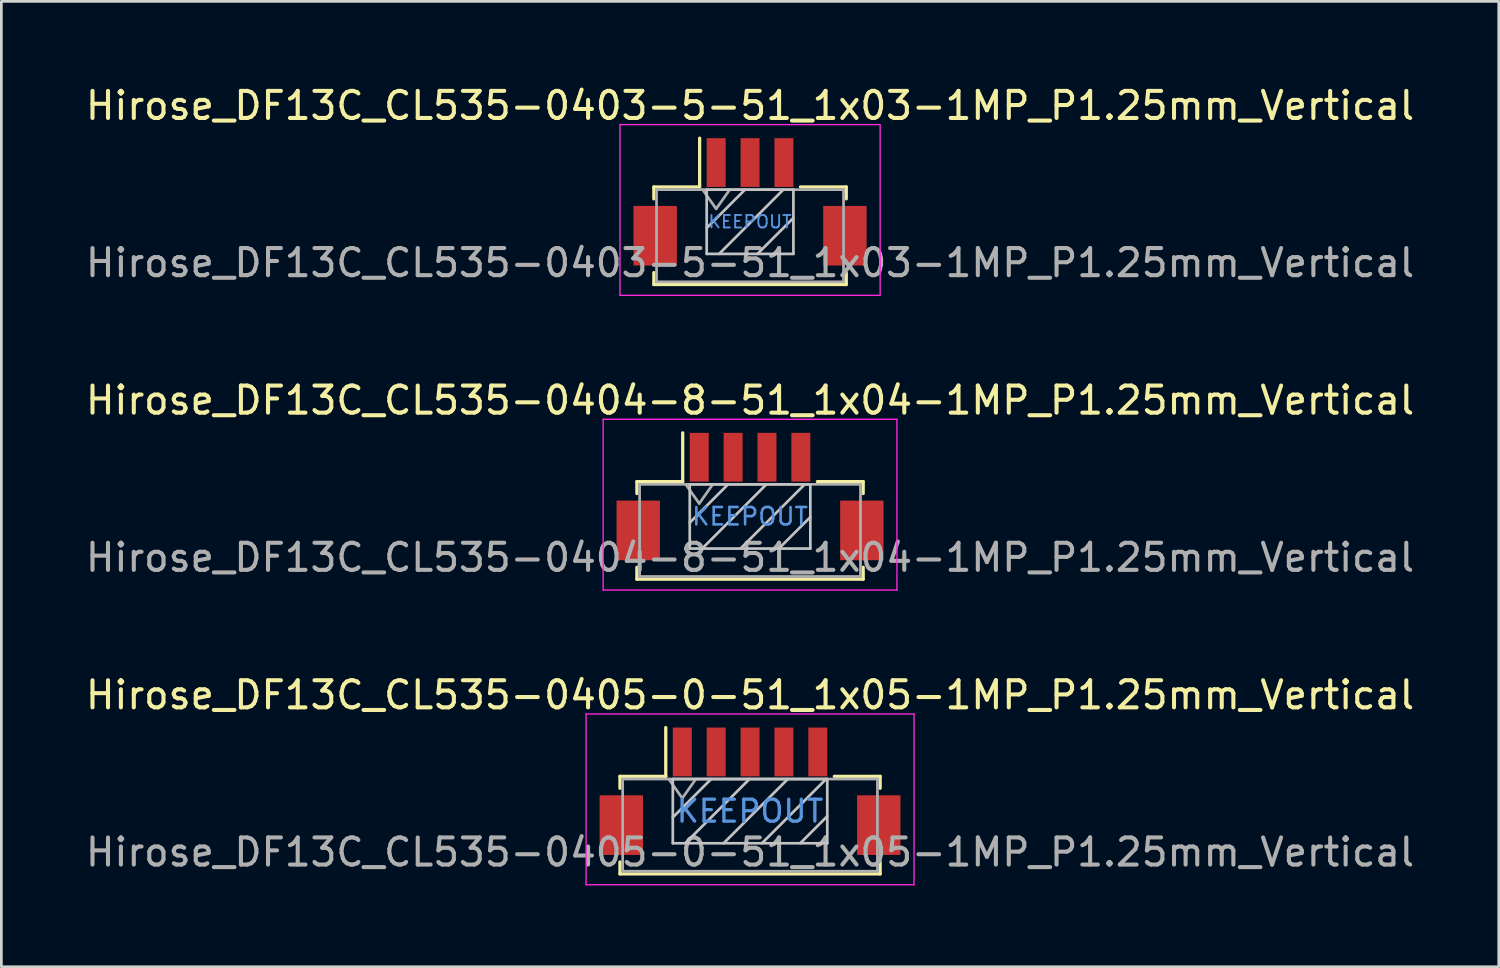
<source format=kicad_pcb>
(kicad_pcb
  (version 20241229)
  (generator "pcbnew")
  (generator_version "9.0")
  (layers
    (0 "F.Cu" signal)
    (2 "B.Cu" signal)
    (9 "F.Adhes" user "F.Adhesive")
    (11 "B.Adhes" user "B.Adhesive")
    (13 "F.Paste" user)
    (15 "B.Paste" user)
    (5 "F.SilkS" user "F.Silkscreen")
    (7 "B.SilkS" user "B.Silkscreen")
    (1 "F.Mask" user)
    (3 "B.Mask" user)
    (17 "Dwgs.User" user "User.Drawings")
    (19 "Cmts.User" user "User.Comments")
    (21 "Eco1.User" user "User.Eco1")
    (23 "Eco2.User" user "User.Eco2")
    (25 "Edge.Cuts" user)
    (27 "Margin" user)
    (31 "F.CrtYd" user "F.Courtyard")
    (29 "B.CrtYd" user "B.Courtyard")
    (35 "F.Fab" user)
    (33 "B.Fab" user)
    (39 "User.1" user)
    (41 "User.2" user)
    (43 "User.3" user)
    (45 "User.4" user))
  (footprint "Hirose_DF13C_CL535-0405-0-51_1x05-1MP_P1.25mm_Vertical"
    (layer "F.Cu")
    (at 24.625 26.145)
    (property "Reference" "Hirose_DF13C_CL535-0405-0-51_1x05-1MP_P1.25mm_Vertical" (at 0 -3.55 0) (layer "F.SilkS") (effects (font (size 1 1) (thickness 0.15))))
    (attr smd)
    (fp_line (start -4.8 -0.55) (end -4.8 -0.11) (stroke (width 0.12) (type solid)) (layer "F.SilkS"))
    (fp_line (start -4.8 2.61) (end -4.8 3.05) (stroke (width 0.12) (type solid)) (layer "F.SilkS"))
    (fp_line (start -4.8 3.05) (end 4.8 3.05) (stroke (width 0.12) (type solid)) (layer "F.SilkS"))
    (fp_line (start -3.11 -0.55) (end -4.8 -0.55) (stroke (width 0.12) (type solid)) (layer "F.SilkS"))
    (fp_line (start -3.11 -0.55) (end -3.11 -2.35) (stroke (width 0.12) (type solid)) (layer "F.SilkS"))
    (fp_line (start 3.11 -0.55) (end 4.8 -0.55) (stroke (width 0.12) (type solid)) (layer "F.SilkS"))
    (fp_line (start 4.8 -0.55) (end 4.8 -0.11) (stroke (width 0.12) (type solid)) (layer "F.SilkS"))
    (fp_line (start 4.8 3.05) (end 4.8 2.61) (stroke (width 0.12) (type solid)) (layer "F.SilkS"))
    (fp_line (start -2.85 -0.45) (end -2.85 1.92) (stroke (width 0.1) (type solid)) (layer "Dwgs.User"))
    (fp_line (start -2.85 1.92) (end 2.85 1.92) (stroke (width 0.1) (type solid)) (layer "Dwgs.User"))
    (fp_line (start -1.436 -0.45) (end -2.85 0.964) (stroke (width 0.1) (type solid)) (layer "Dwgs.User"))
    (fp_line (start -0.022 -0.45) (end -2.392 1.92) (stroke (width 0.1) (type solid)) (layer "Dwgs.User"))
    (fp_line (start 1.393 -0.45) (end -0.977 1.92) (stroke (width 0.1) (type solid)) (layer "Dwgs.User"))
    (fp_line (start 2.807 -0.45) (end 0.437 1.92) (stroke (width 0.1) (type solid)) (layer "Dwgs.User"))
    (fp_line (start 2.85 -0.45) (end -2.85 -0.45) (stroke (width 0.1) (type solid)) (layer "Dwgs.User"))
    (fp_line (start 2.85 0.921) (end 1.851 1.92) (stroke (width 0.1) (type solid)) (layer "Dwgs.User"))
    (fp_line (start 2.85 1.92) (end 2.85 -0.45) (stroke (width 0.1) (type solid)) (layer "Dwgs.User"))
    (fp_line (start -6.05 -2.85) (end -6.05 3.45) (stroke (width 0.05) (type solid)) (layer "F.CrtYd"))
    (fp_line (start -6.05 3.45) (end 6.05 3.45) (stroke (width 0.05) (type solid)) (layer "F.CrtYd"))
    (fp_line (start 6.05 -2.85) (end -6.05 -2.85) (stroke (width 0.05) (type solid)) (layer "F.CrtYd"))
    (fp_line (start 6.05 3.45) (end 6.05 -2.85) (stroke (width 0.05) (type solid)) (layer "F.CrtYd"))
    (fp_line (start -4.7 -0.45) (end -4.7 2.95) (stroke (width 0.1) (type solid)) (layer "F.Fab"))
    (fp_line (start -4.7 2.95) (end 4.7 2.95) (stroke (width 0.1) (type solid)) (layer "F.Fab"))
    (fp_line (start -3 -0.45) (end -2.5 0.257) (stroke (width 0.1) (type solid)) (layer "F.Fab"))
    (fp_line (start -2.5 0.257) (end -2 -0.45) (stroke (width 0.1) (type solid)) (layer "F.Fab"))
    (fp_line (start 4.7 -0.45) (end -4.7 -0.45) (stroke (width 0.1) (type solid)) (layer "F.Fab"))
    (fp_line (start 4.7 2.95) (end 4.7 -0.45) (stroke (width 0.1) (type solid)) (layer "F.Fab"))
    (fp_text user "KEEPOUT" (at 0 0.735 0) (layer "Cmts.User") (effects (font (size 0.81 0.81) (thickness 0.121))))
    (fp_text user "${REFERENCE}" (at 0 2.25 0) (layer "F.Fab") (effects (font (size 1 1) (thickness 0.15))))
    (pad "1" smd rect (at -2.5 -1.45) (size 0.7 1.8) (layers "F.Cu" "F.Mask" "F.Paste"))
    (pad "2" smd rect (at -1.25 -1.45) (size 0.7 1.8) (layers "F.Cu" "F.Mask" "F.Paste"))
    (pad "3" smd rect (at 0 -1.45) (size 0.7 1.8) (layers "F.Cu" "F.Mask" "F.Paste"))
    (pad "4" smd rect (at 1.25 -1.45) (size 0.7 1.8) (layers "F.Cu" "F.Mask" "F.Paste"))
    (pad "5" smd rect (at 2.5 -1.45) (size 0.7 1.8) (layers "F.Cu" "F.Mask" "F.Paste"))
    (pad "MP" smd rect (at -4.75 1.25) (size 1.6 2.2) (layers "F.Cu" "F.Mask" "F.Paste"))
    (pad "MP" smd rect (at 4.75 1.25) (size 1.6 2.2) (layers "F.Cu" "F.Mask" "F.Paste")))
  (footprint "Hirose_DF13C_CL535-0403-5-51_1x03-1MP_P1.25mm_Vertical"
    (layer "F.Cu")
    (at 24.625 4.398)
    (property "Reference" "Hirose_DF13C_CL535-0403-5-51_1x03-1MP_P1.25mm_Vertical" (at 0 -3.55 0) (layer "F.SilkS") (effects (font (size 1 1) (thickness 0.15))))
    (attr smd)
    (fp_line (start -3.55 -0.55) (end -3.55 -0.11) (stroke (width 0.12) (type solid)) (layer "F.SilkS"))
    (fp_line (start -3.55 2.61) (end -3.55 3.05) (stroke (width 0.12) (type solid)) (layer "F.SilkS"))
    (fp_line (start -3.55 3.05) (end 3.55 3.05) (stroke (width 0.12) (type solid)) (layer "F.SilkS"))
    (fp_line (start -1.86 -0.55) (end -3.55 -0.55) (stroke (width 0.12) (type solid)) (layer "F.SilkS"))
    (fp_line (start -1.86 -0.55) (end -1.86 -2.35) (stroke (width 0.12) (type solid)) (layer "F.SilkS"))
    (fp_line (start 1.86 -0.55) (end 3.55 -0.55) (stroke (width 0.12) (type solid)) (layer "F.SilkS"))
    (fp_line (start 3.55 -0.55) (end 3.55 -0.11) (stroke (width 0.12) (type solid)) (layer "F.SilkS"))
    (fp_line (start 3.55 3.05) (end 3.55 2.61) (stroke (width 0.12) (type solid)) (layer "F.SilkS"))
    (fp_line (start -1.6 -0.45) (end -1.6 1.92) (stroke (width 0.1) (type solid)) (layer "Dwgs.User"))
    (fp_line (start -1.6 1.92) (end 1.6 1.92) (stroke (width 0.1) (type solid)) (layer "Dwgs.User"))
    (fp_line (start -0.186 -0.45) (end -1.6 0.964) (stroke (width 0.1) (type solid)) (layer "Dwgs.User"))
    (fp_line (start 1.228 -0.45) (end -1.142 1.92) (stroke (width 0.1) (type solid)) (layer "Dwgs.User"))
    (fp_line (start 1.6 -0.45) (end -1.6 -0.45) (stroke (width 0.1) (type solid)) (layer "Dwgs.User"))
    (fp_line (start 1.6 0.593) (end 0.273 1.92) (stroke (width 0.1) (type solid)) (layer "Dwgs.User"))
    (fp_line (start 1.6 1.92) (end 1.6 -0.45) (stroke (width 0.1) (type solid)) (layer "Dwgs.User"))
    (fp_line (start -4.8 -2.85) (end -4.8 3.45) (stroke (width 0.05) (type solid)) (layer "F.CrtYd"))
    (fp_line (start -4.8 3.45) (end 4.8 3.45) (stroke (width 0.05) (type solid)) (layer "F.CrtYd"))
    (fp_line (start 4.8 -2.85) (end -4.8 -2.85) (stroke (width 0.05) (type solid)) (layer "F.CrtYd"))
    (fp_line (start 4.8 3.45) (end 4.8 -2.85) (stroke (width 0.05) (type solid)) (layer "F.CrtYd"))
    (fp_line (start -3.45 -0.45) (end -3.45 2.95) (stroke (width 0.1) (type solid)) (layer "F.Fab"))
    (fp_line (start -3.45 2.95) (end 3.45 2.95) (stroke (width 0.1) (type solid)) (layer "F.Fab"))
    (fp_line (start -1.75 -0.45) (end -1.25 0.257) (stroke (width 0.1) (type solid)) (layer "F.Fab"))
    (fp_line (start -1.25 0.257) (end -0.75 -0.45) (stroke (width 0.1) (type solid)) (layer "F.Fab"))
    (fp_line (start 3.45 -0.45) (end -3.45 -0.45) (stroke (width 0.1) (type solid)) (layer "F.Fab"))
    (fp_line (start 3.45 2.95) (end 3.45 -0.45) (stroke (width 0.1) (type solid)) (layer "F.Fab"))
    (fp_text user "KEEPOUT" (at 0 0.735 0) (layer "Cmts.User") (effects (font (size 0.46 0.46) (thickness 0.069))))
    (fp_text user "${REFERENCE}" (at 0 2.25 0) (layer "F.Fab") (effects (font (size 1 1) (thickness 0.15))))
    (pad "1" smd rect (at -1.25 -1.45) (size 0.7 1.8) (layers "F.Cu" "F.Mask" "F.Paste"))
    (pad "2" smd rect (at 0 -1.45) (size 0.7 1.8) (layers "F.Cu" "F.Mask" "F.Paste"))
    (pad "3" smd rect (at 1.25 -1.45) (size 0.7 1.8) (layers "F.Cu" "F.Mask" "F.Paste"))
    (pad "MP" smd rect (at -3.5 1.25) (size 1.6 2.2) (layers "F.Cu" "F.Mask" "F.Paste"))
    (pad "MP" smd rect (at 3.5 1.25) (size 1.6 2.2) (layers "F.Cu" "F.Mask" "F.Paste")))
  (footprint "Hirose_DF13C_CL535-0404-8-51_1x04-1MP_P1.25mm_Vertical"
    (layer "F.Cu")
    (at 24.625 15.271)
    (property "Reference" "Hirose_DF13C_CL535-0404-8-51_1x04-1MP_P1.25mm_Vertical" (at 0 -3.55 0) (layer "F.SilkS") (effects (font (size 1 1) (thickness 0.15))))
    (attr smd)
    (fp_line (start -4.175 -0.55) (end -4.175 -0.11) (stroke (width 0.12) (type solid)) (layer "F.SilkS"))
    (fp_line (start -4.175 2.61) (end -4.175 3.05) (stroke (width 0.12) (type solid)) (layer "F.SilkS"))
    (fp_line (start -4.175 3.05) (end 4.175 3.05) (stroke (width 0.12) (type solid)) (layer "F.SilkS"))
    (fp_line (start -2.485 -0.55) (end -4.175 -0.55) (stroke (width 0.12) (type solid)) (layer "F.SilkS"))
    (fp_line (start -2.485 -0.55) (end -2.485 -2.35) (stroke (width 0.12) (type solid)) (layer "F.SilkS"))
    (fp_line (start 2.485 -0.55) (end 4.175 -0.55) (stroke (width 0.12) (type solid)) (layer "F.SilkS"))
    (fp_line (start 4.175 -0.55) (end 4.175 -0.11) (stroke (width 0.12) (type solid)) (layer "F.SilkS"))
    (fp_line (start 4.175 3.05) (end 4.175 2.61) (stroke (width 0.12) (type solid)) (layer "F.SilkS"))
    (fp_line (start -2.225 -0.45) (end -2.225 1.92) (stroke (width 0.1) (type solid)) (layer "Dwgs.User"))
    (fp_line (start -2.225 1.92) (end 2.225 1.92) (stroke (width 0.1) (type solid)) (layer "Dwgs.User"))
    (fp_line (start -0.811 -0.45) (end -2.225 0.964) (stroke (width 0.1) (type solid)) (layer "Dwgs.User"))
    (fp_line (start 0.603 -0.45) (end -1.767 1.92) (stroke (width 0.1) (type solid)) (layer "Dwgs.User"))
    (fp_line (start 2.018 -0.45) (end -0.352 1.92) (stroke (width 0.1) (type solid)) (layer "Dwgs.User"))
    (fp_line (start 2.225 -0.45) (end -2.225 -0.45) (stroke (width 0.1) (type solid)) (layer "Dwgs.User"))
    (fp_line (start 2.225 0.757) (end 1.062 1.92) (stroke (width 0.1) (type solid)) (layer "Dwgs.User"))
    (fp_line (start 2.225 1.92) (end 2.225 -0.45) (stroke (width 0.1) (type solid)) (layer "Dwgs.User"))
    (fp_line (start -5.42 -2.85) (end -5.42 3.45) (stroke (width 0.05) (type solid)) (layer "F.CrtYd"))
    (fp_line (start -5.42 3.45) (end 5.42 3.45) (stroke (width 0.05) (type solid)) (layer "F.CrtYd"))
    (fp_line (start 5.42 -2.85) (end -5.42 -2.85) (stroke (width 0.05) (type solid)) (layer "F.CrtYd"))
    (fp_line (start 5.42 3.45) (end 5.42 -2.85) (stroke (width 0.05) (type solid)) (layer "F.CrtYd"))
    (fp_line (start -4.075 -0.45) (end -4.075 2.95) (stroke (width 0.1) (type solid)) (layer "F.Fab"))
    (fp_line (start -4.075 2.95) (end 4.075 2.95) (stroke (width 0.1) (type solid)) (layer "F.Fab"))
    (fp_line (start -2.375 -0.45) (end -1.875 0.257) (stroke (width 0.1) (type solid)) (layer "F.Fab"))
    (fp_line (start -1.875 0.257) (end -1.375 -0.45) (stroke (width 0.1) (type solid)) (layer "F.Fab"))
    (fp_line (start 4.075 -0.45) (end -4.075 -0.45) (stroke (width 0.1) (type solid)) (layer "F.Fab"))
    (fp_line (start 4.075 2.95) (end 4.075 -0.45) (stroke (width 0.1) (type solid)) (layer "F.Fab"))
    (fp_text user "KEEPOUT" (at 0 0.735 0) (layer "Cmts.User") (effects (font (size 0.64 0.64) (thickness 0.096))))
    (fp_text user "${REFERENCE}" (at 0 2.25 0) (layer "F.Fab") (effects (font (size 1 1) (thickness 0.15))))
    (pad "1" smd rect (at -1.875 -1.45) (size 0.7 1.8) (layers "F.Cu" "F.Mask" "F.Paste"))
    (pad "2" smd rect (at -0.625 -1.45) (size 0.7 1.8) (layers "F.Cu" "F.Mask" "F.Paste"))
    (pad "3" smd rect (at 0.625 -1.45) (size 0.7 1.8) (layers "F.Cu" "F.Mask" "F.Paste"))
    (pad "4" smd rect (at 1.875 -1.45) (size 0.7 1.8) (layers "F.Cu" "F.Mask" "F.Paste"))
    (pad "MP" smd rect (at -4.125 1.25) (size 1.6 2.2) (layers "F.Cu" "F.Mask" "F.Paste"))
    (pad "MP" smd rect (at 4.125 1.25) (size 1.6 2.2) (layers "F.Cu" "F.Mask" "F.Paste")))
  (gr_rect
    (start -3 -3)
    (end 52.25 32.62)
    (stroke (width 0.1) (type default))
    (fill no)
    (layer "Edge.Cuts")))
</source>
